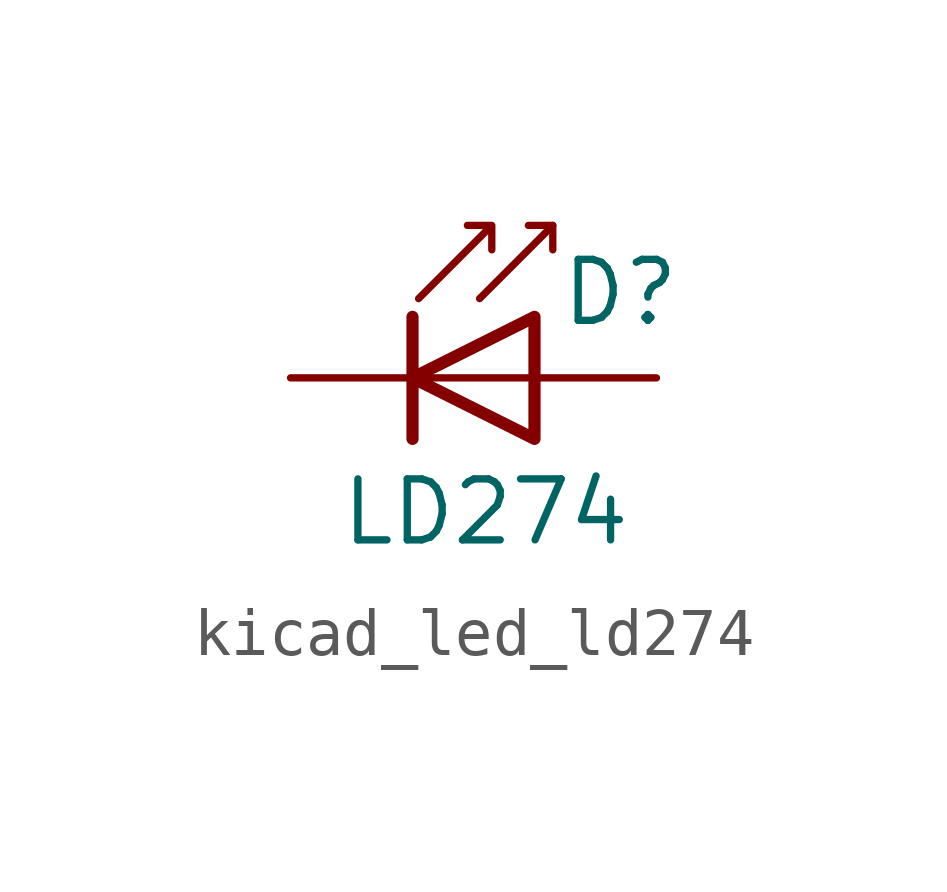
<source format=kicad_sym>
(kicad_symbol_lib
  (version 20220914)
  (generator kicad_symbol_editor)
  (symbol "kicad_led_ld274"
    (pin_numbers hide)
    (pin_names
      (offset 1.016) hide)
    (property "Reference" "D"
      (at 0.508 1.778 0)
      (effects (font (size 1.27 1.27)) (justify left)))
    (property "Value" "LD274"
      (at -1.016 -2.794 0)
      (effects (font (size 1.27 1.27))))
    (symbol "kicad_led_ld274_0_1"
      (polyline (pts (xy -2.54 1.27) (xy -2.54 -1.27)) (stroke (width 0.254) (type default)) (fill (type none)))
      (polyline (pts (xy 0 0) (xy -2.54 0)) (stroke (width 0) (type default)) (fill (type none)))
      (polyline (pts (xy 0.381 3.175) (xy -0.127 3.175)) (stroke (width 0) (type default)) (fill (type none)))
      (polyline (pts (xy -1.143 1.651) (xy 0.381 3.175) (xy 0.381 2.667)) (stroke (width 0) (type default)) (fill (type none)))
      (polyline (pts (xy 0 -1.27) (xy -2.54 0) (xy 0 1.27) (xy 0 -1.27)) (stroke (width 0.254) (type default)) (fill (type none)))
      (polyline (pts (xy -2.413 1.651) (xy -0.889 3.175) (xy -0.889 2.667) (xy -0.889 3.175) (xy -1.397 3.175)) (stroke (width 0) (type default)) (fill (type none))))
    (symbol "kicad_led_ld274_1_1"
      (pin passive line (at -5.08 0 0) (length 2.54) (name "K" (effects (font (size 1.27 1.27)))) (number "1" (effects (font (size 1.27 1.27)))))
      (pin passive line (at 2.54 0 180) (length 2.54) (name "A" (effects (font (size 1.27 1.27)))) (number "2" (effects (font (size 1.27 1.27))))))))
</source>
